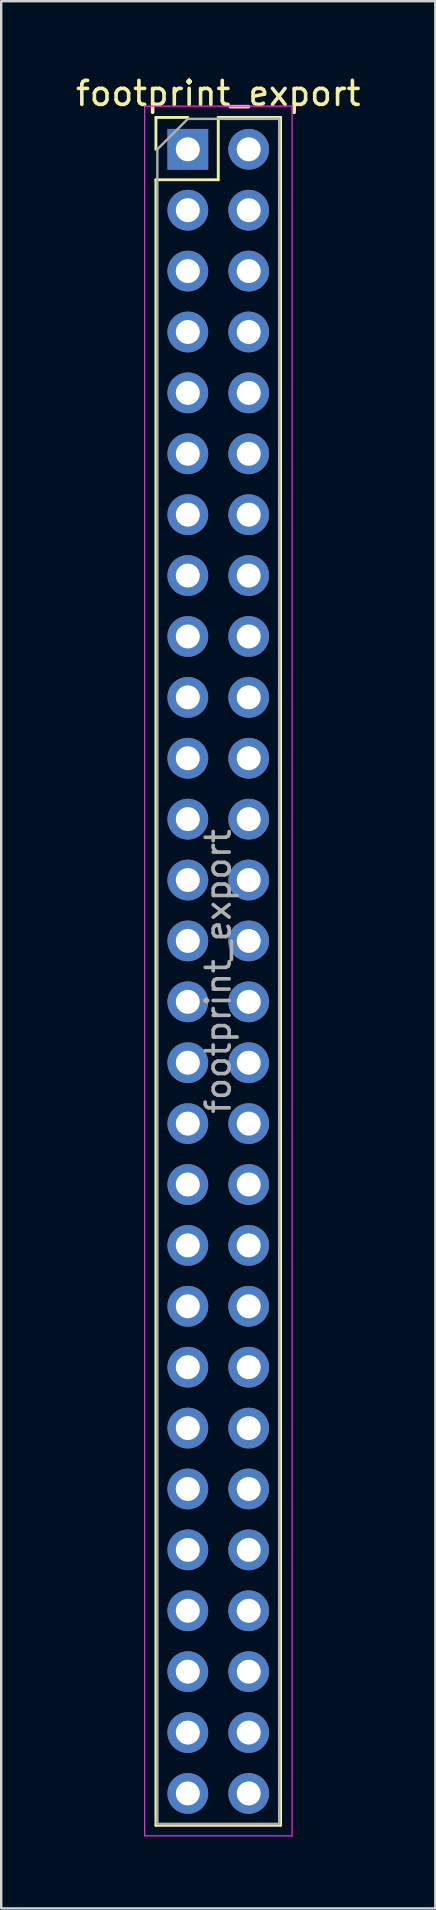
<source format=kicad_pcb>
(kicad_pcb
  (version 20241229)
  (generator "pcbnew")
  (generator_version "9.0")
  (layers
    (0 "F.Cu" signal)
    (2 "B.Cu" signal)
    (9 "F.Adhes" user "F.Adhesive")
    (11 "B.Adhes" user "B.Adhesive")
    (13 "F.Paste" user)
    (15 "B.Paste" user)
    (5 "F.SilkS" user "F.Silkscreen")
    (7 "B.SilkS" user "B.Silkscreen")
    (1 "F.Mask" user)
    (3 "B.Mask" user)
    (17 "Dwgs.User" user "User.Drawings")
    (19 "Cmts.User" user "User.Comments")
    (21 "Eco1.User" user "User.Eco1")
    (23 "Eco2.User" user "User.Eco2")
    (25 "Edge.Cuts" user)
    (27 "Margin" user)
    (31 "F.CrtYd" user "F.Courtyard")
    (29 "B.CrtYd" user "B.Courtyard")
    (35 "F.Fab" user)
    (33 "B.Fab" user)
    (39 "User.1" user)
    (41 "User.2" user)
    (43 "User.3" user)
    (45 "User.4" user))
  (footprint "footprint_export"
    (layer "F.Cu")
    (at 4.784 3.178)
    (property "Reference" "footprint_export" (at 1.27 -2.33 0) (layer "F.SilkS") (effects (font (size 1 1) (thickness 0.15))))
    (attr through_hole)
    (fp_line (start -1.33 -1.33) (end 0 -1.33) (stroke (width 0.12) (type solid)) (layer "F.SilkS"))
    (fp_line (start -1.33 0) (end -1.33 -1.33) (stroke (width 0.12) (type solid)) (layer "F.SilkS"))
    (fp_line (start -1.33 1.27) (end -1.33 69.91) (stroke (width 0.12) (type solid)) (layer "F.SilkS"))
    (fp_line (start -1.33 1.27) (end 1.27 1.27) (stroke (width 0.12) (type solid)) (layer "F.SilkS"))
    (fp_line (start -1.33 69.91) (end 3.87 69.91) (stroke (width 0.12) (type solid)) (layer "F.SilkS"))
    (fp_line (start 1.27 -1.33) (end 3.87 -1.33) (stroke (width 0.12) (type solid)) (layer "F.SilkS"))
    (fp_line (start 1.27 1.27) (end 1.27 -1.33) (stroke (width 0.12) (type solid)) (layer "F.SilkS"))
    (fp_line (start 3.87 -1.33) (end 3.87 69.91) (stroke (width 0.12) (type solid)) (layer "F.SilkS"))
    (fp_line (start -1.8 -1.8) (end -1.8 70.35) (stroke (width 0.05) (type solid)) (layer "F.CrtYd"))
    (fp_line (start -1.8 70.35) (end 4.35 70.35) (stroke (width 0.05) (type solid)) (layer "F.CrtYd"))
    (fp_line (start 4.35 -1.8) (end -1.8 -1.8) (stroke (width 0.05) (type solid)) (layer "F.CrtYd"))
    (fp_line (start 4.35 70.35) (end 4.35 -1.8) (stroke (width 0.05) (type solid)) (layer "F.CrtYd"))
    (fp_line (start -1.27 0) (end 0 -1.27) (stroke (width 0.1) (type solid)) (layer "F.Fab"))
    (fp_line (start -1.27 69.85) (end -1.27 0) (stroke (width 0.1) (type solid)) (layer "F.Fab"))
    (fp_line (start 0 -1.27) (end 3.81 -1.27) (stroke (width 0.1) (type solid)) (layer "F.Fab"))
    (fp_line (start 3.81 -1.27) (end 3.81 69.85) (stroke (width 0.1) (type solid)) (layer "F.Fab"))
    (fp_line (start 3.81 69.85) (end -1.27 69.85) (stroke (width 0.1) (type solid)) (layer "F.Fab"))
    (fp_text user "${REFERENCE}" (at 1.27 34.29 90) (layer "F.Fab") (effects (font (size 1 1) (thickness 0.15))))
    (pad "1" thru_hole rect (at 0 0) (size 1.7 1.7) (drill 1) (layers "*.Cu" "*.Mask"))
    (pad "2" thru_hole oval (at 2.54 0) (size 1.7 1.7) (drill 1) (layers "*.Cu" "*.Mask"))
    (pad "3" thru_hole oval (at 0 2.54) (size 1.7 1.7) (drill 1) (layers "*.Cu" "*.Mask"))
    (pad "4" thru_hole oval (at 2.54 2.54) (size 1.7 1.7) (drill 1) (layers "*.Cu" "*.Mask"))
    (pad "5" thru_hole oval (at 0 5.08) (size 1.7 1.7) (drill 1) (layers "*.Cu" "*.Mask"))
    (pad "6" thru_hole oval (at 2.54 5.08) (size 1.7 1.7) (drill 1) (layers "*.Cu" "*.Mask"))
    (pad "7" thru_hole oval (at 0 7.62) (size 1.7 1.7) (drill 1) (layers "*.Cu" "*.Mask"))
    (pad "8" thru_hole oval (at 2.54 7.62) (size 1.7 1.7) (drill 1) (layers "*.Cu" "*.Mask"))
    (pad "9" thru_hole oval (at 0 10.16) (size 1.7 1.7) (drill 1) (layers "*.Cu" "*.Mask"))
    (pad "10" thru_hole oval (at 2.54 10.16) (size 1.7 1.7) (drill 1) (layers "*.Cu" "*.Mask"))
    (pad "11" thru_hole oval (at 0 12.7) (size 1.7 1.7) (drill 1) (layers "*.Cu" "*.Mask"))
    (pad "12" thru_hole oval (at 2.54 12.7) (size 1.7 1.7) (drill 1) (layers "*.Cu" "*.Mask"))
    (pad "13" thru_hole oval (at 0 15.24) (size 1.7 1.7) (drill 1) (layers "*.Cu" "*.Mask"))
    (pad "14" thru_hole oval (at 2.54 15.24) (size 1.7 1.7) (drill 1) (layers "*.Cu" "*.Mask"))
    (pad "15" thru_hole oval (at 0 17.78) (size 1.7 1.7) (drill 1) (layers "*.Cu" "*.Mask"))
    (pad "16" thru_hole oval (at 2.54 17.78) (size 1.7 1.7) (drill 1) (layers "*.Cu" "*.Mask"))
    (pad "17" thru_hole oval (at 0 20.32) (size 1.7 1.7) (drill 1) (layers "*.Cu" "*.Mask"))
    (pad "18" thru_hole oval (at 2.54 20.32) (size 1.7 1.7) (drill 1) (layers "*.Cu" "*.Mask"))
    (pad "19" thru_hole oval (at 0 22.86) (size 1.7 1.7) (drill 1) (layers "*.Cu" "*.Mask"))
    (pad "20" thru_hole oval (at 2.54 22.86) (size 1.7 1.7) (drill 1) (layers "*.Cu" "*.Mask"))
    (pad "21" thru_hole oval (at 0 25.4) (size 1.7 1.7) (drill 1) (layers "*.Cu" "*.Mask"))
    (pad "22" thru_hole oval (at 2.54 25.4) (size 1.7 1.7) (drill 1) (layers "*.Cu" "*.Mask"))
    (pad "23" thru_hole oval (at 0 27.94) (size 1.7 1.7) (drill 1) (layers "*.Cu" "*.Mask"))
    (pad "24" thru_hole oval (at 2.54 27.94) (size 1.7 1.7) (drill 1) (layers "*.Cu" "*.Mask"))
    (pad "25" thru_hole oval (at 0 30.48) (size 1.7 1.7) (drill 1) (layers "*.Cu" "*.Mask"))
    (pad "26" thru_hole oval (at 2.54 30.48) (size 1.7 1.7) (drill 1) (layers "*.Cu" "*.Mask"))
    (pad "27" thru_hole oval (at 0 33.02) (size 1.7 1.7) (drill 1) (layers "*.Cu" "*.Mask"))
    (pad "28" thru_hole oval (at 2.54 33.02) (size 1.7 1.7) (drill 1) (layers "*.Cu" "*.Mask"))
    (pad "29" thru_hole oval (at 0 35.56) (size 1.7 1.7) (drill 1) (layers "*.Cu" "*.Mask"))
    (pad "30" thru_hole oval (at 2.54 35.56) (size 1.7 1.7) (drill 1) (layers "*.Cu" "*.Mask"))
    (pad "31" thru_hole oval (at 0 38.1) (size 1.7 1.7) (drill 1) (layers "*.Cu" "*.Mask"))
    (pad "32" thru_hole oval (at 2.54 38.1) (size 1.7 1.7) (drill 1) (layers "*.Cu" "*.Mask"))
    (pad "33" thru_hole oval (at 0 40.64) (size 1.7 1.7) (drill 1) (layers "*.Cu" "*.Mask"))
    (pad "34" thru_hole oval (at 2.54 40.64) (size 1.7 1.7) (drill 1) (layers "*.Cu" "*.Mask"))
    (pad "35" thru_hole oval (at 0 43.18) (size 1.7 1.7) (drill 1) (layers "*.Cu" "*.Mask"))
    (pad "36" thru_hole oval (at 2.54 43.18) (size 1.7 1.7) (drill 1) (layers "*.Cu" "*.Mask"))
    (pad "37" thru_hole oval (at 0 45.72) (size 1.7 1.7) (drill 1) (layers "*.Cu" "*.Mask"))
    (pad "38" thru_hole oval (at 2.54 45.72) (size 1.7 1.7) (drill 1) (layers "*.Cu" "*.Mask"))
    (pad "39" thru_hole oval (at 0 48.26) (size 1.7 1.7) (drill 1) (layers "*.Cu" "*.Mask"))
    (pad "40" thru_hole oval (at 2.54 48.26) (size 1.7 1.7) (drill 1) (layers "*.Cu" "*.Mask"))
    (pad "41" thru_hole oval (at 0 50.8) (size 1.7 1.7) (drill 1) (layers "*.Cu" "*.Mask"))
    (pad "42" thru_hole oval (at 2.54 50.8) (size 1.7 1.7) (drill 1) (layers "*.Cu" "*.Mask"))
    (pad "43" thru_hole oval (at 0 53.34) (size 1.7 1.7) (drill 1) (layers "*.Cu" "*.Mask"))
    (pad "44" thru_hole oval (at 2.54 53.34) (size 1.7 1.7) (drill 1) (layers "*.Cu" "*.Mask"))
    (pad "45" thru_hole oval (at 0 55.88) (size 1.7 1.7) (drill 1) (layers "*.Cu" "*.Mask"))
    (pad "46" thru_hole oval (at 2.54 55.88) (size 1.7 1.7) (drill 1) (layers "*.Cu" "*.Mask"))
    (pad "47" thru_hole oval (at 0 58.42) (size 1.7 1.7) (drill 1) (layers "*.Cu" "*.Mask"))
    (pad "48" thru_hole oval (at 2.54 58.42) (size 1.7 1.7) (drill 1) (layers "*.Cu" "*.Mask"))
    (pad "49" thru_hole oval (at 0 60.96) (size 1.7 1.7) (drill 1) (layers "*.Cu" "*.Mask"))
    (pad "50" thru_hole oval (at 2.54 60.96) (size 1.7 1.7) (drill 1) (layers "*.Cu" "*.Mask"))
    (pad "51" thru_hole oval (at 0 63.5) (size 1.7 1.7) (drill 1) (layers "*.Cu" "*.Mask"))
    (pad "52" thru_hole oval (at 2.54 63.5) (size 1.7 1.7) (drill 1) (layers "*.Cu" "*.Mask"))
    (pad "53" thru_hole oval (at 0 66.04) (size 1.7 1.7) (drill 1) (layers "*.Cu" "*.Mask"))
    (pad "54" thru_hole oval (at 2.54 66.04) (size 1.7 1.7) (drill 1) (layers "*.Cu" "*.Mask"))
    (pad "55" thru_hole oval (at 0 68.58) (size 1.7 1.7) (drill 1) (layers "*.Cu" "*.Mask"))
    (pad "56" thru_hole oval (at 2.54 68.58) (size 1.7 1.7) (drill 1) (layers "*.Cu" "*.Mask")))
  (gr_rect
    (start -3 -3)
    (end 15.107 76.553)
    (stroke (width 0.1) (type default))
    (fill no)
    (layer "Edge.Cuts")))
</source>
